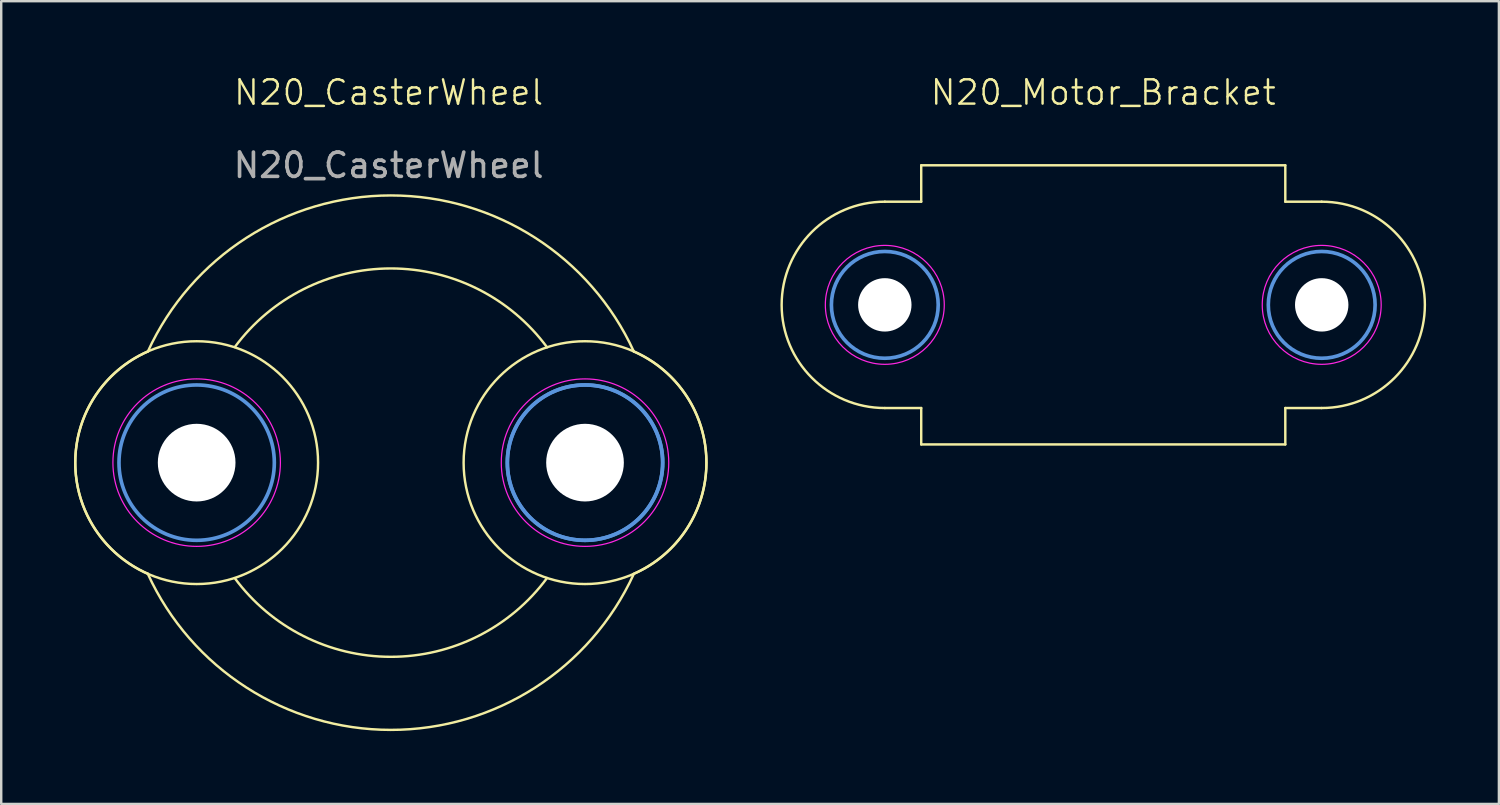
<source format=kicad_pcb>
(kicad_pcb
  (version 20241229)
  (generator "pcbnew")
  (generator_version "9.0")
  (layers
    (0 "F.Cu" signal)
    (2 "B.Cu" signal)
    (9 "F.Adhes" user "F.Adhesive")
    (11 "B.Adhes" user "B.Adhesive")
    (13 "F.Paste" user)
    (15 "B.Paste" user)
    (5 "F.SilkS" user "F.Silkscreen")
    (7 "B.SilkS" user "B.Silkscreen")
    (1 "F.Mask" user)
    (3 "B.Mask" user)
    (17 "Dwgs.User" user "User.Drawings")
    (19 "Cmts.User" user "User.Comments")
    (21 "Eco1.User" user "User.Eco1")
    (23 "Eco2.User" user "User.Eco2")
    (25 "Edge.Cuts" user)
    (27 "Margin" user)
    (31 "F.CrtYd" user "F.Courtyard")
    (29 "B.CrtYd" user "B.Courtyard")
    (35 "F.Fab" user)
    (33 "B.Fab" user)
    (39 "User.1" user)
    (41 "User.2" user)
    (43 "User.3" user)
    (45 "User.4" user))
  (footprint "N20_Motor_Bracket"
    (layer "F.Cu")
    (at 42.403 1.26)
    (property "Reference" "N20_Motor_Bracket" (at 0 -0.5 0) (unlocked yes) (layer "F.SilkS") (effects (font (size 1 1) (thickness 0.1))))
    (attr smd)
    (fp_line (start -9 12.5) (end -7.5 12.5) (stroke (width 0.1) (type default)) (layer "F.SilkS"))
    (fp_line (start -7.5 2.5) (end -7.5 4) (stroke (width 0.1) (type default)) (layer "F.SilkS"))
    (fp_line (start -7.5 2.5) (end 7.5 2.5) (stroke (width 0.1) (type default)) (layer "F.SilkS"))
    (fp_line (start -7.5 4) (end -9 4) (stroke (width 0.1) (type default)) (layer "F.SilkS"))
    (fp_line (start -7.5 12.5) (end -7.5 14) (stroke (width 0.1) (type default)) (layer "F.SilkS"))
    (fp_line (start 7.5 4) (end 7.5 2.5) (stroke (width 0.1) (type default)) (layer "F.SilkS"))
    (fp_line (start 7.5 12.5) (end 9 12.5) (stroke (width 0.1) (type default)) (layer "F.SilkS"))
    (fp_line (start 7.5 14) (end -7.5 14) (stroke (width 0.1) (type default)) (layer "F.SilkS"))
    (fp_line (start 7.5 14) (end 7.5 12.5) (stroke (width 0.1) (type default)) (layer "F.SilkS"))
    (fp_line (start 9 4) (end 7.5 4) (stroke (width 0.1) (type default)) (layer "F.SilkS"))
    (fp_arc (start -9 12.5) (mid -13.25 8.25) (end -9 4) (stroke (width 0.1) (type default)) (layer "F.SilkS"))
    (fp_arc (start 9 4) (mid 13.25 8.25) (end 9 12.5) (stroke (width 0.1) (type default)) (layer "F.SilkS"))
    (fp_circle (center -9 8.25) (end -6.8 8.25) (stroke (width 0.15) (type solid)) (fill no) (layer "Cmts.User"))
    (fp_circle (center 9 8.25) (end 11.2 8.25) (stroke (width 0.15) (type solid)) (fill no) (layer "Cmts.User"))
    (fp_circle (center -9 8.25) (end -6.55 8.25) (stroke (width 0.05) (type solid)) (fill no) (layer "F.CrtYd"))
    (fp_circle (center 9 8.25) (end 11.45 8.25) (stroke (width 0.05) (type solid)) (fill no) (layer "F.CrtYd"))
    (pad "" np_thru_hole circle (at -9 8.25) (size 2.2 2.2) (drill 2.2) (layers "*.Cu" "*.Mask"))
    (pad "" np_thru_hole circle (at 9 8.25) (size 2.2 2.2) (drill 2.2) (layers "*.Cu" "*.Mask")))
  (footprint "N20_CasterWheel"
    (layer "F.Cu")
    (at 12.962 1.26)
    (property "Reference" "N20_CasterWheel" (at 0 -0.5 0) (unlocked yes) (layer "F.SilkS") (effects (font (size 1 1) (thickness 0.1))))
    (attr through_hole)
    (fp_arc (start -9.923686 19.32838) (mid -12.911649 14.747987) (end -9.92 10.170001) (stroke (width 0.1) (type default)) (layer "F.SilkS"))
    (fp_arc (start -9.92 10.170001) (mid 0.09 3.741981) (end 10.1 10.170001) (stroke (width 0.1) (type default)) (layer "F.SilkS"))
    (fp_arc (start -6.34 9.99) (mid 0.094021 6.749845) (end 6.524782 9.996467) (stroke (width 0.1) (type default)) (layer "F.SilkS"))
    (fp_arc (start 6.52 19.51) (mid 0.09 22.750156) (end -6.34 19.51) (stroke (width 0.1) (type default)) (layer "F.SilkS"))
    (fp_arc (start 10.098345 19.340045) (mid 0.083585 25.760697) (end -9.923686 19.32838) (stroke (width 0.1) (type default)) (layer "F.SilkS"))
    (fp_arc (start 10.1 10.170001) (mid 13.091644 14.756581) (end 10.08794 19.335273) (stroke (width 0.1) (type default)) (layer "F.SilkS"))
    (fp_circle (center -7.91 14.75) (end -9.92 10.17) (stroke (width 0.1) (type default)) (fill no) (layer "F.SilkS"))
    (fp_circle (center 8.09 14.75) (end 10.1 10.17) (stroke (width 0.1) (type default)) (fill no) (layer "F.SilkS"))
    (fp_circle (center -7.91 14.75) (end -4.71 14.75) (stroke (width 0.15) (type solid)) (fill no) (layer "Cmts.User"))
    (fp_circle (center 8.09 14.75) (end 11.29 14.75) (stroke (width 0.15) (type solid)) (fill no) (layer "Cmts.User"))
    (fp_circle (center 8.09 14.75) (end 11.29 14.75) (stroke (width 0.15) (type solid)) (fill no) (layer "Cmts.User"))
    (fp_circle (center -7.91 14.75) (end -4.46 14.75) (stroke (width 0.05) (type solid)) (fill no) (layer "F.CrtYd"))
    (fp_circle (center 8.09 14.75) (end 11.54 14.75) (stroke (width 0.05) (type solid)) (fill no) (layer "F.CrtYd"))
    (fp_text user "${REFERENCE}" (at 0 2.5 0) (unlocked yes) (layer "F.Fab") (effects (font (size 1 1) (thickness 0.15))))
    (pad "" np_thru_hole circle (at -7.91 14.75) (size 3.2 3.2) (drill 3.2) (layers "*.Cu" "*.Mask"))
    (pad "" np_thru_hole circle (at 8.09 14.75) (size 3.2 3.2) (drill 3.2) (layers "*.Cu" "*.Mask")))
  (gr_rect
    (start -3 -3)
    (end 58.703 30.071)
    (stroke (width 0.1) (type default))
    (fill no)
    (layer "Edge.Cuts")))
</source>
